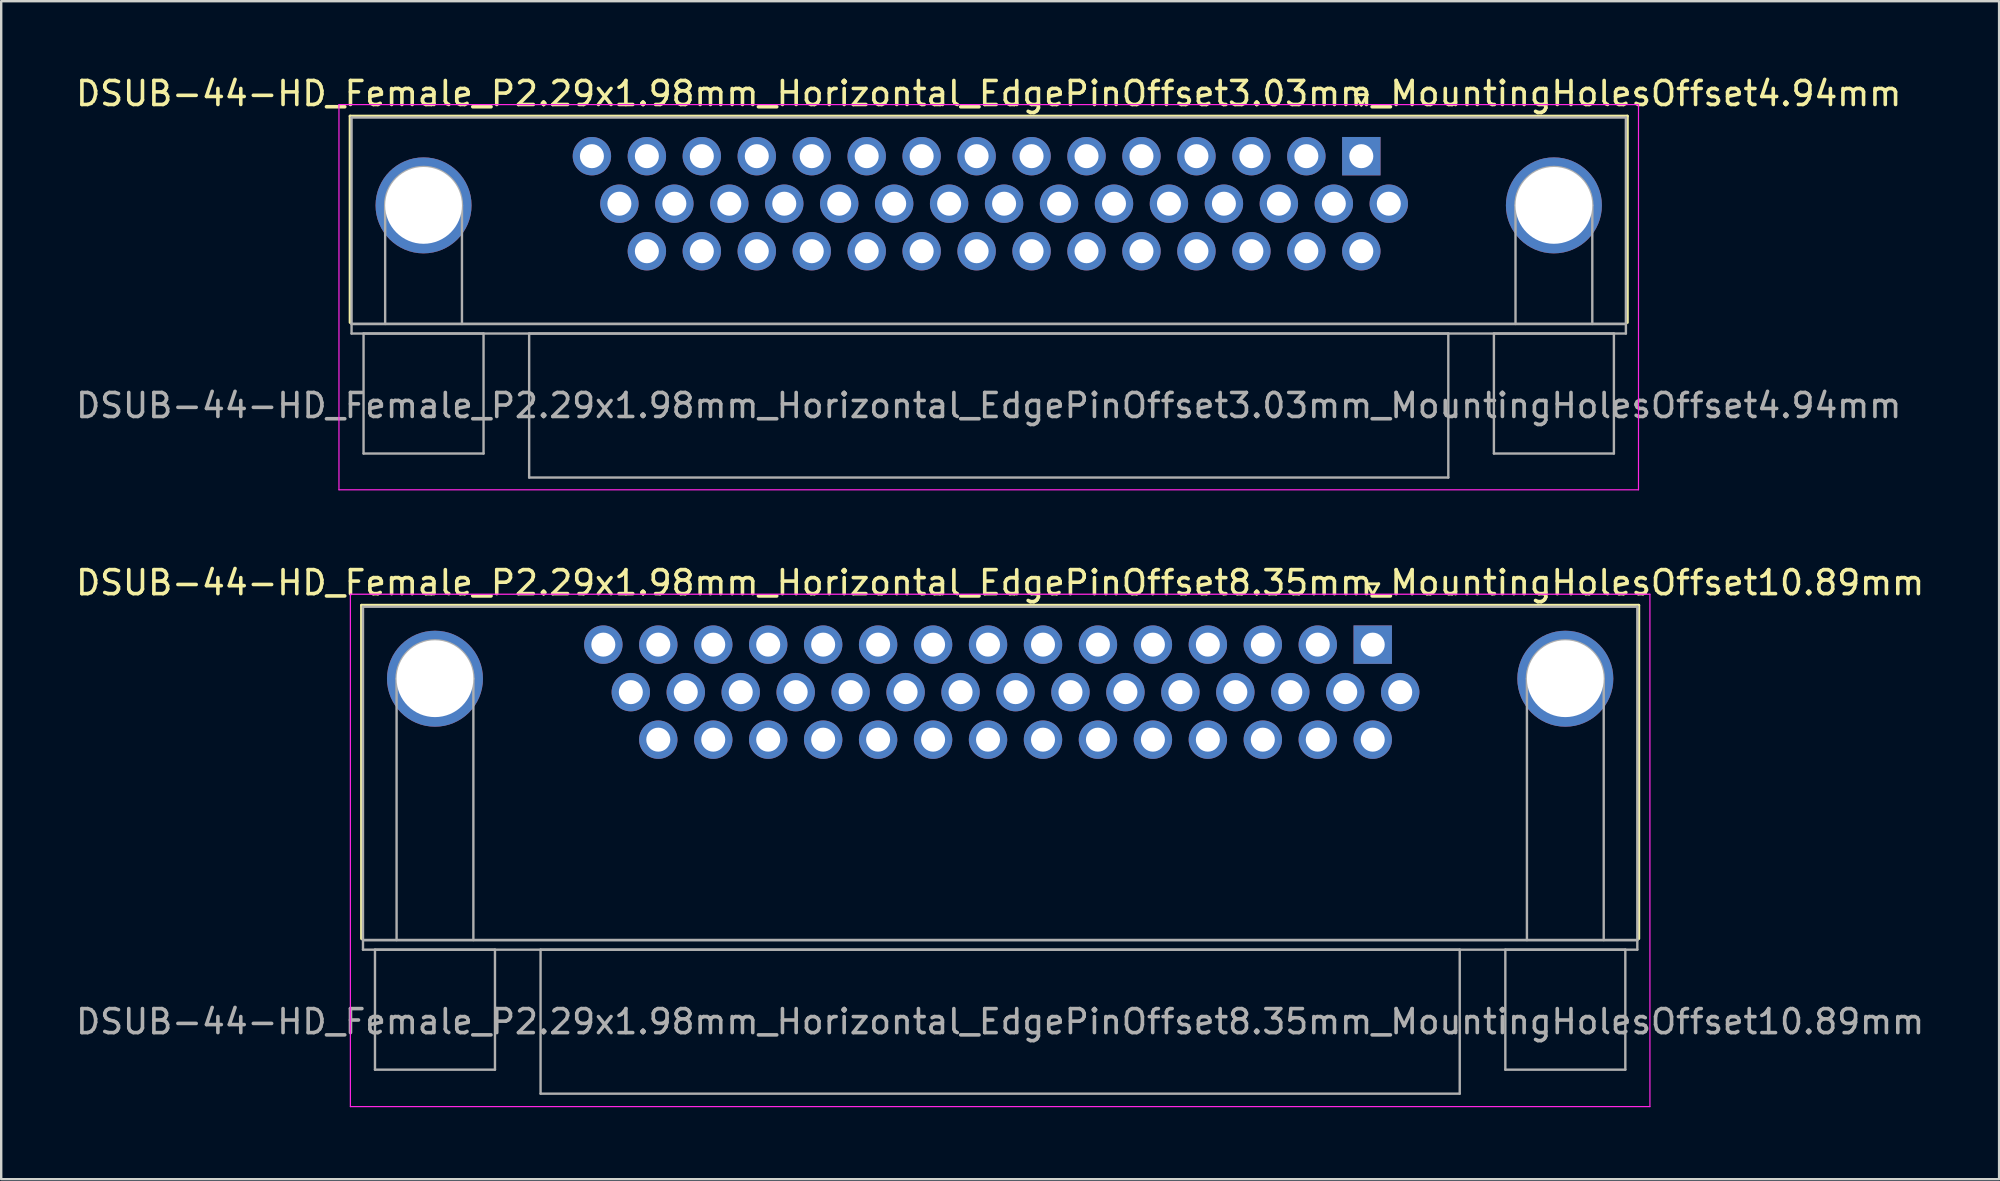
<source format=kicad_pcb>
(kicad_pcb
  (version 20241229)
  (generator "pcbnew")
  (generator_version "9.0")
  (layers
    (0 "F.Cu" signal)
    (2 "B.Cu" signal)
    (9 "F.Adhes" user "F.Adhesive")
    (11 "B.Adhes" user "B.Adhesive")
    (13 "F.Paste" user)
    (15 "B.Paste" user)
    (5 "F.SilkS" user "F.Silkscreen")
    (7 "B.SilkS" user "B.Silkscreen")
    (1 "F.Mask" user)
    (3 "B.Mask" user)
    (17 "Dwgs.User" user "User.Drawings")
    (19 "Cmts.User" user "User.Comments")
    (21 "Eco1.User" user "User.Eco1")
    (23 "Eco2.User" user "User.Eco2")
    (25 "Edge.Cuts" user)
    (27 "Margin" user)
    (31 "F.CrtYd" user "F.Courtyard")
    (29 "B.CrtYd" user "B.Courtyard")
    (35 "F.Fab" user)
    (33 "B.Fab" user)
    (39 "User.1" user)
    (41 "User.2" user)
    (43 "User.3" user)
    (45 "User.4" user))
  (footprint "DSUB-44-HD_Female_P2.29x1.98mm_Horizontal_EdgePinOffset3.03mm_MountingHolesOffset4.94mm"
    (layer "F.Cu")
    (at 53.674 3.458)
    (property "Reference" "DSUB-44-HD_Female_P2.29x1.98mm_Horizontal_EdgePinOffset3.03mm_MountingHolesOffset4.94mm" (at -15.525 -2.61 0) (layer "F.SilkS") (effects (font (size 1 1) (thickness 0.15))))
    (attr through_hole)
    (fp_line (start -42.135 -1.67) (end 11.085 -1.67) (stroke (width 0.12) (type solid)) (layer "F.SilkS"))
    (fp_line (start -42.135 6.93) (end -42.135 -1.67) (stroke (width 0.12) (type solid)) (layer "F.SilkS"))
    (fp_line (start -0.25 -2.564) (end 0.25 -2.564) (stroke (width 0.12) (type solid)) (layer "F.SilkS"))
    (fp_line (start 0 -2.131) (end -0.25 -2.564) (stroke (width 0.12) (type solid)) (layer "F.SilkS"))
    (fp_line (start 0.25 -2.564) (end 0 -2.131) (stroke (width 0.12) (type solid)) (layer "F.SilkS"))
    (fp_line (start 11.085 -1.67) (end 11.085 6.93) (stroke (width 0.12) (type solid)) (layer "F.SilkS"))
    (fp_line (start -42.6 -2.15) (end -42.6 13.9) (stroke (width 0.05) (type solid)) (layer "F.CrtYd"))
    (fp_line (start -42.6 13.9) (end 11.55 13.9) (stroke (width 0.05) (type solid)) (layer "F.CrtYd"))
    (fp_line (start 11.55 -2.15) (end -42.6 -2.15) (stroke (width 0.05) (type solid)) (layer "F.CrtYd"))
    (fp_line (start 11.55 13.9) (end 11.55 -2.15) (stroke (width 0.05) (type solid)) (layer "F.CrtYd"))
    (fp_line (start -42.075 -1.61) (end -42.075 6.99) (stroke (width 0.1) (type solid)) (layer "F.Fab"))
    (fp_line (start -42.075 6.99) (end -42.075 7.39) (stroke (width 0.1) (type solid)) (layer "F.Fab"))
    (fp_line (start -42.075 6.99) (end 11.025 6.99) (stroke (width 0.1) (type solid)) (layer "F.Fab"))
    (fp_line (start -42.075 7.39) (end 11.025 7.39) (stroke (width 0.1) (type solid)) (layer "F.Fab"))
    (fp_line (start -41.575 7.39) (end -41.575 12.39) (stroke (width 0.1) (type solid)) (layer "F.Fab"))
    (fp_line (start -41.575 12.39) (end -36.575 12.39) (stroke (width 0.1) (type solid)) (layer "F.Fab"))
    (fp_line (start -40.675 6.99) (end -40.675 2.05) (stroke (width 0.1) (type solid)) (layer "F.Fab"))
    (fp_line (start -37.475 6.99) (end -37.475 2.05) (stroke (width 0.1) (type solid)) (layer "F.Fab"))
    (fp_line (start -36.575 7.39) (end -41.575 7.39) (stroke (width 0.1) (type solid)) (layer "F.Fab"))
    (fp_line (start -36.575 12.39) (end -36.575 7.39) (stroke (width 0.1) (type solid)) (layer "F.Fab"))
    (fp_line (start -34.675 7.39) (end -34.675 13.39) (stroke (width 0.1) (type solid)) (layer "F.Fab"))
    (fp_line (start -34.675 13.39) (end 3.625 13.39) (stroke (width 0.1) (type solid)) (layer "F.Fab"))
    (fp_line (start 3.625 7.39) (end -34.675 7.39) (stroke (width 0.1) (type solid)) (layer "F.Fab"))
    (fp_line (start 3.625 13.39) (end 3.625 7.39) (stroke (width 0.1) (type solid)) (layer "F.Fab"))
    (fp_line (start 5.525 7.39) (end 5.525 12.39) (stroke (width 0.1) (type solid)) (layer "F.Fab"))
    (fp_line (start 5.525 12.39) (end 10.525 12.39) (stroke (width 0.1) (type solid)) (layer "F.Fab"))
    (fp_line (start 6.425 6.99) (end 6.425 2.05) (stroke (width 0.1) (type solid)) (layer "F.Fab"))
    (fp_line (start 9.625 6.99) (end 9.625 2.05) (stroke (width 0.1) (type solid)) (layer "F.Fab"))
    (fp_line (start 10.525 7.39) (end 5.525 7.39) (stroke (width 0.1) (type solid)) (layer "F.Fab"))
    (fp_line (start 10.525 12.39) (end 10.525 7.39) (stroke (width 0.1) (type solid)) (layer "F.Fab"))
    (fp_line (start 11.025 -1.61) (end -42.075 -1.61) (stroke (width 0.1) (type solid)) (layer "F.Fab"))
    (fp_line (start 11.025 6.99) (end -42.075 6.99) (stroke (width 0.1) (type solid)) (layer "F.Fab"))
    (fp_line (start 11.025 6.99) (end 11.025 -1.61) (stroke (width 0.1) (type solid)) (layer "F.Fab"))
    (fp_line (start 11.025 7.39) (end 11.025 6.99) (stroke (width 0.1) (type solid)) (layer "F.Fab"))
    (fp_arc (start -40.675 2.05) (mid -39.075 0.45) (end -37.475 2.05) (stroke (width 0.1) (type solid)) (layer "F.Fab"))
    (fp_arc (start 6.425 2.05) (mid 8.025 0.45) (end 9.625 2.05) (stroke (width 0.1) (type solid)) (layer "F.Fab"))
    (fp_text user "${REFERENCE}" (at -15.525 10.39 0) (layer "F.Fab") (effects (font (size 1 1) (thickness 0.15))))
    (pad "0" thru_hole circle (at -39.075 2.05) (size 4 4) (drill 3.2) (layers "*.Cu" "*.Mask"))
    (pad "0" thru_hole circle (at 8.025 2.05) (size 4 4) (drill 3.2) (layers "*.Cu" "*.Mask"))
    (pad "1" thru_hole rect (at 0 0) (size 1.6 1.6) (drill 1) (layers "*.Cu" "*.Mask"))
    (pad "2" thru_hole circle (at -2.29 0) (size 1.6 1.6) (drill 1) (layers "*.Cu" "*.Mask"))
    (pad "3" thru_hole circle (at -4.58 0) (size 1.6 1.6) (drill 1) (layers "*.Cu" "*.Mask"))
    (pad "4" thru_hole circle (at -6.87 0) (size 1.6 1.6) (drill 1) (layers "*.Cu" "*.Mask"))
    (pad "5" thru_hole circle (at -9.16 0) (size 1.6 1.6) (drill 1) (layers "*.Cu" "*.Mask"))
    (pad "6" thru_hole circle (at -11.45 0) (size 1.6 1.6) (drill 1) (layers "*.Cu" "*.Mask"))
    (pad "7" thru_hole circle (at -13.74 0) (size 1.6 1.6) (drill 1) (layers "*.Cu" "*.Mask"))
    (pad "8" thru_hole circle (at -16.03 0) (size 1.6 1.6) (drill 1) (layers "*.Cu" "*.Mask"))
    (pad "9" thru_hole circle (at -18.32 0) (size 1.6 1.6) (drill 1) (layers "*.Cu" "*.Mask"))
    (pad "10" thru_hole circle (at -20.61 0) (size 1.6 1.6) (drill 1) (layers "*.Cu" "*.Mask"))
    (pad "11" thru_hole circle (at -22.9 0) (size 1.6 1.6) (drill 1) (layers "*.Cu" "*.Mask"))
    (pad "12" thru_hole circle (at -25.19 0) (size 1.6 1.6) (drill 1) (layers "*.Cu" "*.Mask"))
    (pad "13" thru_hole circle (at -27.48 0) (size 1.6 1.6) (drill 1) (layers "*.Cu" "*.Mask"))
    (pad "14" thru_hole circle (at -29.77 0) (size 1.6 1.6) (drill 1) (layers "*.Cu" "*.Mask"))
    (pad "15" thru_hole circle (at -32.06 0) (size 1.6 1.6) (drill 1) (layers "*.Cu" "*.Mask"))
    (pad "16" thru_hole circle (at 1.145 1.98) (size 1.6 1.6) (drill 1) (layers "*.Cu" "*.Mask"))
    (pad "17" thru_hole circle (at -1.145 1.98) (size 1.6 1.6) (drill 1) (layers "*.Cu" "*.Mask"))
    (pad "18" thru_hole circle (at -3.435 1.98) (size 1.6 1.6) (drill 1) (layers "*.Cu" "*.Mask"))
    (pad "19" thru_hole circle (at -5.725 1.98) (size 1.6 1.6) (drill 1) (layers "*.Cu" "*.Mask"))
    (pad "20" thru_hole circle (at -8.015 1.98) (size 1.6 1.6) (drill 1) (layers "*.Cu" "*.Mask"))
    (pad "21" thru_hole circle (at -10.305 1.98) (size 1.6 1.6) (drill 1) (layers "*.Cu" "*.Mask"))
    (pad "22" thru_hole circle (at -12.595 1.98) (size 1.6 1.6) (drill 1) (layers "*.Cu" "*.Mask"))
    (pad "23" thru_hole circle (at -14.885 1.98) (size 1.6 1.6) (drill 1) (layers "*.Cu" "*.Mask"))
    (pad "24" thru_hole circle (at -17.175 1.98) (size 1.6 1.6) (drill 1) (layers "*.Cu" "*.Mask"))
    (pad "25" thru_hole circle (at -19.465 1.98) (size 1.6 1.6) (drill 1) (layers "*.Cu" "*.Mask"))
    (pad "26" thru_hole circle (at -21.755 1.98) (size 1.6 1.6) (drill 1) (layers "*.Cu" "*.Mask"))
    (pad "27" thru_hole circle (at -24.045 1.98) (size 1.6 1.6) (drill 1) (layers "*.Cu" "*.Mask"))
    (pad "28" thru_hole circle (at -26.335 1.98) (size 1.6 1.6) (drill 1) (layers "*.Cu" "*.Mask"))
    (pad "29" thru_hole circle (at -28.625 1.98) (size 1.6 1.6) (drill 1) (layers "*.Cu" "*.Mask"))
    (pad "30" thru_hole circle (at -30.915 1.98) (size 1.6 1.6) (drill 1) (layers "*.Cu" "*.Mask"))
    (pad "31" thru_hole circle (at 0 3.96) (size 1.6 1.6) (drill 1) (layers "*.Cu" "*.Mask"))
    (pad "32" thru_hole circle (at -2.29 3.96) (size 1.6 1.6) (drill 1) (layers "*.Cu" "*.Mask"))
    (pad "33" thru_hole circle (at -4.58 3.96) (size 1.6 1.6) (drill 1) (layers "*.Cu" "*.Mask"))
    (pad "34" thru_hole circle (at -6.87 3.96) (size 1.6 1.6) (drill 1) (layers "*.Cu" "*.Mask"))
    (pad "35" thru_hole circle (at -9.16 3.96) (size 1.6 1.6) (drill 1) (layers "*.Cu" "*.Mask"))
    (pad "36" thru_hole circle (at -11.45 3.96) (size 1.6 1.6) (drill 1) (layers "*.Cu" "*.Mask"))
    (pad "37" thru_hole circle (at -13.74 3.96) (size 1.6 1.6) (drill 1) (layers "*.Cu" "*.Mask"))
    (pad "38" thru_hole circle (at -16.03 3.96) (size 1.6 1.6) (drill 1) (layers "*.Cu" "*.Mask"))
    (pad "39" thru_hole circle (at -18.32 3.96) (size 1.6 1.6) (drill 1) (layers "*.Cu" "*.Mask"))
    (pad "40" thru_hole circle (at -20.61 3.96) (size 1.6 1.6) (drill 1) (layers "*.Cu" "*.Mask"))
    (pad "41" thru_hole circle (at -22.9 3.96) (size 1.6 1.6) (drill 1) (layers "*.Cu" "*.Mask"))
    (pad "42" thru_hole circle (at -25.19 3.96) (size 1.6 1.6) (drill 1) (layers "*.Cu" "*.Mask"))
    (pad "43" thru_hole circle (at -27.48 3.96) (size 1.6 1.6) (drill 1) (layers "*.Cu" "*.Mask"))
    (pad "44" thru_hole circle (at -29.77 3.96) (size 1.6 1.6) (drill 1) (layers "*.Cu" "*.Mask")))
  (footprint "DSUB-44-HD_Female_P2.29x1.98mm_Horizontal_EdgePinOffset8.35mm_MountingHolesOffset10.89mm"
    (layer "F.Cu")
    (at 54.15 23.811)
    (property "Reference" "DSUB-44-HD_Female_P2.29x1.98mm_Horizontal_EdgePinOffset8.35mm_MountingHolesOffset10.89mm" (at -15.525 -2.58 0) (layer "F.SilkS") (effects (font (size 1 1) (thickness 0.15))))
    (attr through_hole)
    (fp_line (start -42.135 -1.64) (end 11.085 -1.64) (stroke (width 0.12) (type solid)) (layer "F.SilkS"))
    (fp_line (start -42.135 12.25) (end -42.135 -1.64) (stroke (width 0.12) (type solid)) (layer "F.SilkS"))
    (fp_line (start -0.25 -2.534) (end 0.25 -2.534) (stroke (width 0.12) (type solid)) (layer "F.SilkS"))
    (fp_line (start 0 -2.101) (end -0.25 -2.534) (stroke (width 0.12) (type solid)) (layer "F.SilkS"))
    (fp_line (start 0.25 -2.534) (end 0 -2.101) (stroke (width 0.12) (type solid)) (layer "F.SilkS"))
    (fp_line (start 11.085 -1.64) (end 11.085 12.25) (stroke (width 0.12) (type solid)) (layer "F.SilkS"))
    (fp_line (start -42.6 -2.1) (end -42.6 19.25) (stroke (width 0.05) (type solid)) (layer "F.CrtYd"))
    (fp_line (start -42.6 19.25) (end 11.55 19.25) (stroke (width 0.05) (type solid)) (layer "F.CrtYd"))
    (fp_line (start 11.55 -2.1) (end -42.6 -2.1) (stroke (width 0.05) (type solid)) (layer "F.CrtYd"))
    (fp_line (start 11.55 19.25) (end 11.55 -2.1) (stroke (width 0.05) (type solid)) (layer "F.CrtYd"))
    (fp_line (start -42.075 -1.58) (end -42.075 12.31) (stroke (width 0.1) (type solid)) (layer "F.Fab"))
    (fp_line (start -42.075 12.31) (end -42.075 12.71) (stroke (width 0.1) (type solid)) (layer "F.Fab"))
    (fp_line (start -42.075 12.31) (end 11.025 12.31) (stroke (width 0.1) (type solid)) (layer "F.Fab"))
    (fp_line (start -42.075 12.71) (end 11.025 12.71) (stroke (width 0.1) (type solid)) (layer "F.Fab"))
    (fp_line (start -41.575 12.71) (end -41.575 17.71) (stroke (width 0.1) (type solid)) (layer "F.Fab"))
    (fp_line (start -41.575 17.71) (end -36.575 17.71) (stroke (width 0.1) (type solid)) (layer "F.Fab"))
    (fp_line (start -40.675 12.31) (end -40.675 1.42) (stroke (width 0.1) (type solid)) (layer "F.Fab"))
    (fp_line (start -37.475 12.31) (end -37.475 1.42) (stroke (width 0.1) (type solid)) (layer "F.Fab"))
    (fp_line (start -36.575 12.71) (end -41.575 12.71) (stroke (width 0.1) (type solid)) (layer "F.Fab"))
    (fp_line (start -36.575 17.71) (end -36.575 12.71) (stroke (width 0.1) (type solid)) (layer "F.Fab"))
    (fp_line (start -34.675 12.71) (end -34.675 18.71) (stroke (width 0.1) (type solid)) (layer "F.Fab"))
    (fp_line (start -34.675 18.71) (end 3.625 18.71) (stroke (width 0.1) (type solid)) (layer "F.Fab"))
    (fp_line (start 3.625 12.71) (end -34.675 12.71) (stroke (width 0.1) (type solid)) (layer "F.Fab"))
    (fp_line (start 3.625 18.71) (end 3.625 12.71) (stroke (width 0.1) (type solid)) (layer "F.Fab"))
    (fp_line (start 5.525 12.71) (end 5.525 17.71) (stroke (width 0.1) (type solid)) (layer "F.Fab"))
    (fp_line (start 5.525 17.71) (end 10.525 17.71) (stroke (width 0.1) (type solid)) (layer "F.Fab"))
    (fp_line (start 6.425 12.31) (end 6.425 1.42) (stroke (width 0.1) (type solid)) (layer "F.Fab"))
    (fp_line (start 9.625 12.31) (end 9.625 1.42) (stroke (width 0.1) (type solid)) (layer "F.Fab"))
    (fp_line (start 10.525 12.71) (end 5.525 12.71) (stroke (width 0.1) (type solid)) (layer "F.Fab"))
    (fp_line (start 10.525 17.71) (end 10.525 12.71) (stroke (width 0.1) (type solid)) (layer "F.Fab"))
    (fp_line (start 11.025 -1.58) (end -42.075 -1.58) (stroke (width 0.1) (type solid)) (layer "F.Fab"))
    (fp_line (start 11.025 12.31) (end -42.075 12.31) (stroke (width 0.1) (type solid)) (layer "F.Fab"))
    (fp_line (start 11.025 12.31) (end 11.025 -1.58) (stroke (width 0.1) (type solid)) (layer "F.Fab"))
    (fp_line (start 11.025 12.71) (end 11.025 12.31) (stroke (width 0.1) (type solid)) (layer "F.Fab"))
    (fp_arc (start -40.675 1.42) (mid -39.075 -0.18) (end -37.475 1.42) (stroke (width 0.1) (type solid)) (layer "F.Fab"))
    (fp_arc (start 6.425 1.42) (mid 8.025 -0.18) (end 9.625 1.42) (stroke (width 0.1) (type solid)) (layer "F.Fab"))
    (fp_text user "${REFERENCE}" (at -15.525 15.71 0) (layer "F.Fab") (effects (font (size 1 1) (thickness 0.15))))
    (pad "0" thru_hole circle (at -39.075 1.42) (size 4 4) (drill 3.2) (layers "*.Cu" "*.Mask"))
    (pad "0" thru_hole circle (at 8.025 1.42) (size 4 4) (drill 3.2) (layers "*.Cu" "*.Mask"))
    (pad "1" thru_hole rect (at 0 0) (size 1.6 1.6) (drill 1) (layers "*.Cu" "*.Mask"))
    (pad "2" thru_hole circle (at -2.29 0) (size 1.6 1.6) (drill 1) (layers "*.Cu" "*.Mask"))
    (pad "3" thru_hole circle (at -4.58 0) (size 1.6 1.6) (drill 1) (layers "*.Cu" "*.Mask"))
    (pad "4" thru_hole circle (at -6.87 0) (size 1.6 1.6) (drill 1) (layers "*.Cu" "*.Mask"))
    (pad "5" thru_hole circle (at -9.16 0) (size 1.6 1.6) (drill 1) (layers "*.Cu" "*.Mask"))
    (pad "6" thru_hole circle (at -11.45 0) (size 1.6 1.6) (drill 1) (layers "*.Cu" "*.Mask"))
    (pad "7" thru_hole circle (at -13.74 0) (size 1.6 1.6) (drill 1) (layers "*.Cu" "*.Mask"))
    (pad "8" thru_hole circle (at -16.03 0) (size 1.6 1.6) (drill 1) (layers "*.Cu" "*.Mask"))
    (pad "9" thru_hole circle (at -18.32 0) (size 1.6 1.6) (drill 1) (layers "*.Cu" "*.Mask"))
    (pad "10" thru_hole circle (at -20.61 0) (size 1.6 1.6) (drill 1) (layers "*.Cu" "*.Mask"))
    (pad "11" thru_hole circle (at -22.9 0) (size 1.6 1.6) (drill 1) (layers "*.Cu" "*.Mask"))
    (pad "12" thru_hole circle (at -25.19 0) (size 1.6 1.6) (drill 1) (layers "*.Cu" "*.Mask"))
    (pad "13" thru_hole circle (at -27.48 0) (size 1.6 1.6) (drill 1) (layers "*.Cu" "*.Mask"))
    (pad "14" thru_hole circle (at -29.77 0) (size 1.6 1.6) (drill 1) (layers "*.Cu" "*.Mask"))
    (pad "15" thru_hole circle (at -32.06 0) (size 1.6 1.6) (drill 1) (layers "*.Cu" "*.Mask"))
    (pad "16" thru_hole circle (at 1.145 1.98) (size 1.6 1.6) (drill 1) (layers "*.Cu" "*.Mask"))
    (pad "17" thru_hole circle (at -1.145 1.98) (size 1.6 1.6) (drill 1) (layers "*.Cu" "*.Mask"))
    (pad "18" thru_hole circle (at -3.435 1.98) (size 1.6 1.6) (drill 1) (layers "*.Cu" "*.Mask"))
    (pad "19" thru_hole circle (at -5.725 1.98) (size 1.6 1.6) (drill 1) (layers "*.Cu" "*.Mask"))
    (pad "20" thru_hole circle (at -8.015 1.98) (size 1.6 1.6) (drill 1) (layers "*.Cu" "*.Mask"))
    (pad "21" thru_hole circle (at -10.305 1.98) (size 1.6 1.6) (drill 1) (layers "*.Cu" "*.Mask"))
    (pad "22" thru_hole circle (at -12.595 1.98) (size 1.6 1.6) (drill 1) (layers "*.Cu" "*.Mask"))
    (pad "23" thru_hole circle (at -14.885 1.98) (size 1.6 1.6) (drill 1) (layers "*.Cu" "*.Mask"))
    (pad "24" thru_hole circle (at -17.175 1.98) (size 1.6 1.6) (drill 1) (layers "*.Cu" "*.Mask"))
    (pad "25" thru_hole circle (at -19.465 1.98) (size 1.6 1.6) (drill 1) (layers "*.Cu" "*.Mask"))
    (pad "26" thru_hole circle (at -21.755 1.98) (size 1.6 1.6) (drill 1) (layers "*.Cu" "*.Mask"))
    (pad "27" thru_hole circle (at -24.045 1.98) (size 1.6 1.6) (drill 1) (layers "*.Cu" "*.Mask"))
    (pad "28" thru_hole circle (at -26.335 1.98) (size 1.6 1.6) (drill 1) (layers "*.Cu" "*.Mask"))
    (pad "29" thru_hole circle (at -28.625 1.98) (size 1.6 1.6) (drill 1) (layers "*.Cu" "*.Mask"))
    (pad "30" thru_hole circle (at -30.915 1.98) (size 1.6 1.6) (drill 1) (layers "*.Cu" "*.Mask"))
    (pad "31" thru_hole circle (at 0 3.96) (size 1.6 1.6) (drill 1) (layers "*.Cu" "*.Mask"))
    (pad "32" thru_hole circle (at -2.29 3.96) (size 1.6 1.6) (drill 1) (layers "*.Cu" "*.Mask"))
    (pad "33" thru_hole circle (at -4.58 3.96) (size 1.6 1.6) (drill 1) (layers "*.Cu" "*.Mask"))
    (pad "34" thru_hole circle (at -6.87 3.96) (size 1.6 1.6) (drill 1) (layers "*.Cu" "*.Mask"))
    (pad "35" thru_hole circle (at -9.16 3.96) (size 1.6 1.6) (drill 1) (layers "*.Cu" "*.Mask"))
    (pad "36" thru_hole circle (at -11.45 3.96) (size 1.6 1.6) (drill 1) (layers "*.Cu" "*.Mask"))
    (pad "37" thru_hole circle (at -13.74 3.96) (size 1.6 1.6) (drill 1) (layers "*.Cu" "*.Mask"))
    (pad "38" thru_hole circle (at -16.03 3.96) (size 1.6 1.6) (drill 1) (layers "*.Cu" "*.Mask"))
    (pad "39" thru_hole circle (at -18.32 3.96) (size 1.6 1.6) (drill 1) (layers "*.Cu" "*.Mask"))
    (pad "40" thru_hole circle (at -20.61 3.96) (size 1.6 1.6) (drill 1) (layers "*.Cu" "*.Mask"))
    (pad "41" thru_hole circle (at -22.9 3.96) (size 1.6 1.6) (drill 1) (layers "*.Cu" "*.Mask"))
    (pad "42" thru_hole circle (at -25.19 3.96) (size 1.6 1.6) (drill 1) (layers "*.Cu" "*.Mask"))
    (pad "43" thru_hole circle (at -27.48 3.96) (size 1.6 1.6) (drill 1) (layers "*.Cu" "*.Mask"))
    (pad "44" thru_hole circle (at -29.77 3.96) (size 1.6 1.6) (drill 1) (layers "*.Cu" "*.Mask")))
  (gr_rect
    (start -3 -3)
    (end 80.25 46.087)
    (stroke (width 0.1) (type default))
    (fill no)
    (layer "Edge.Cuts")))
</source>
